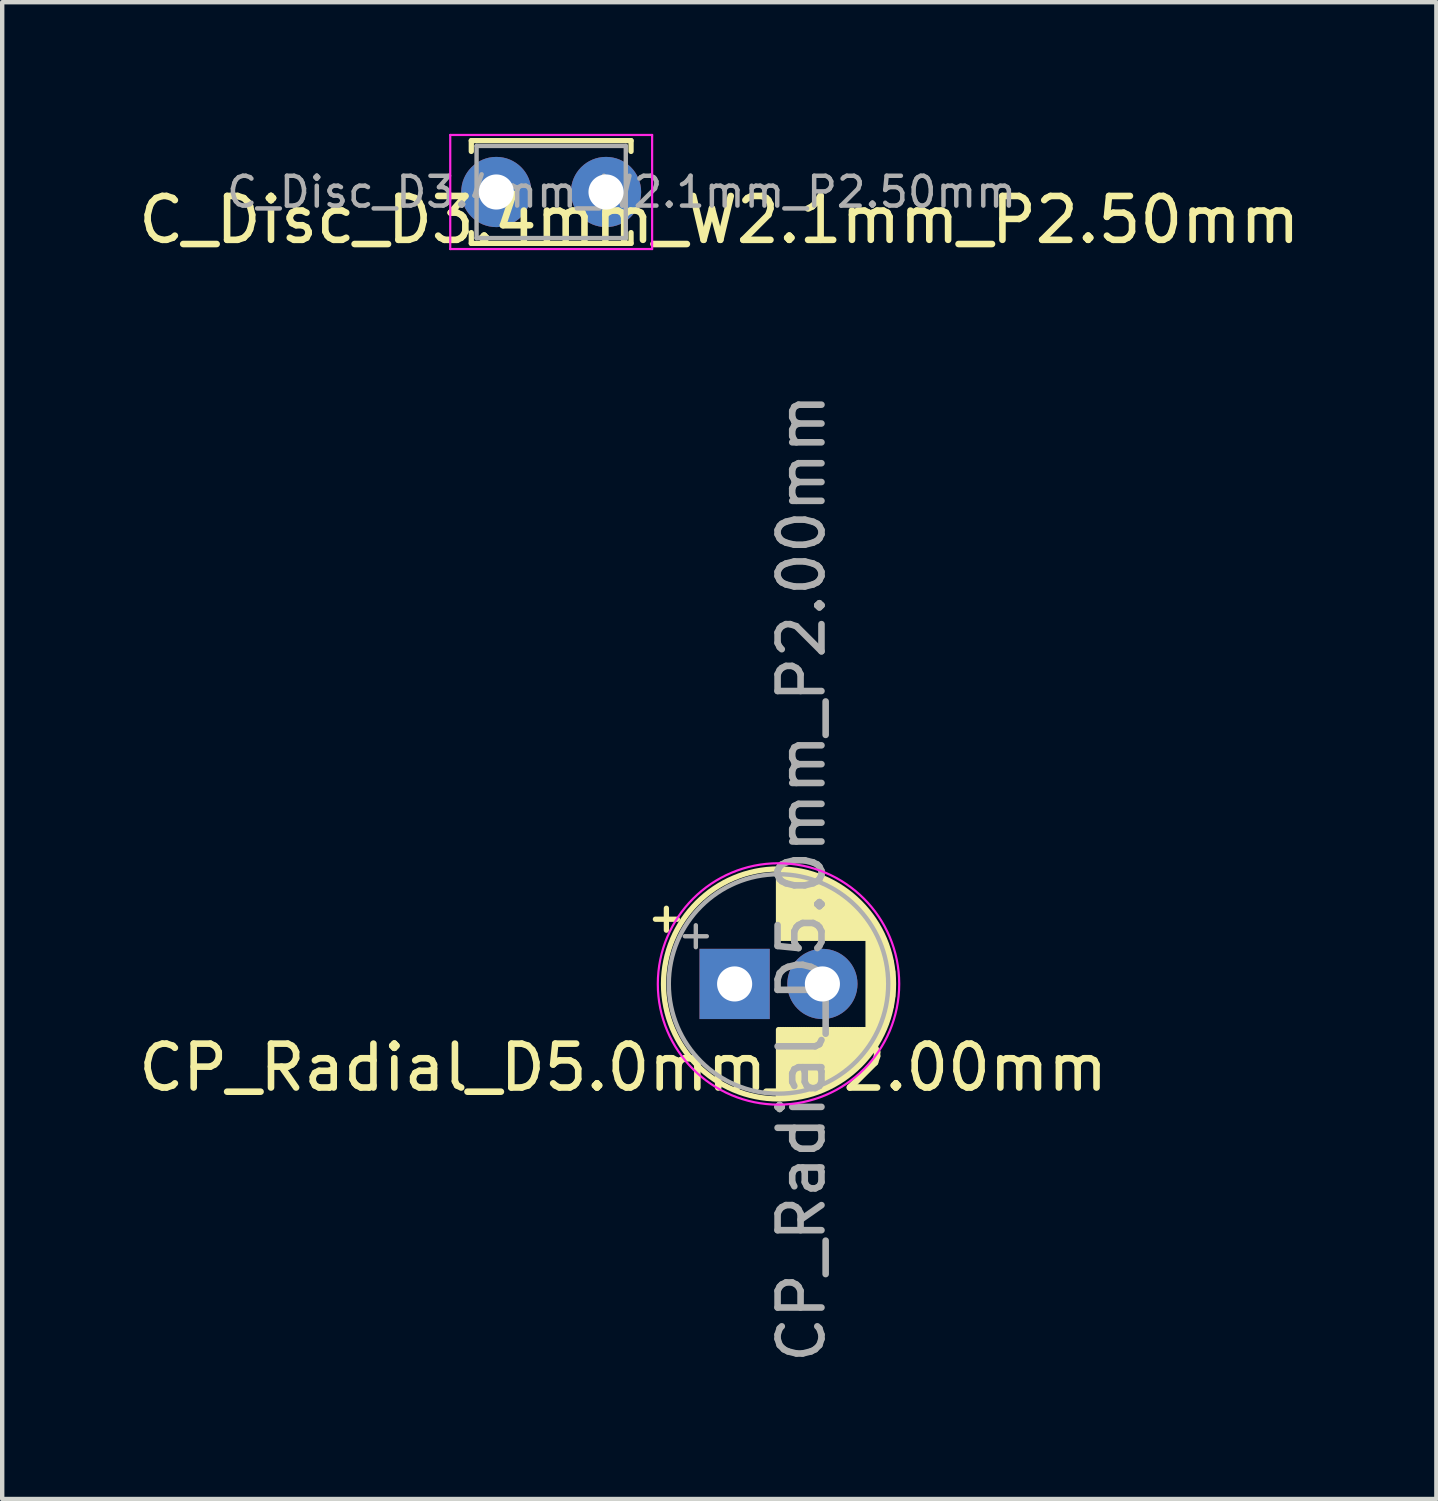
<source format=kicad_pcb>
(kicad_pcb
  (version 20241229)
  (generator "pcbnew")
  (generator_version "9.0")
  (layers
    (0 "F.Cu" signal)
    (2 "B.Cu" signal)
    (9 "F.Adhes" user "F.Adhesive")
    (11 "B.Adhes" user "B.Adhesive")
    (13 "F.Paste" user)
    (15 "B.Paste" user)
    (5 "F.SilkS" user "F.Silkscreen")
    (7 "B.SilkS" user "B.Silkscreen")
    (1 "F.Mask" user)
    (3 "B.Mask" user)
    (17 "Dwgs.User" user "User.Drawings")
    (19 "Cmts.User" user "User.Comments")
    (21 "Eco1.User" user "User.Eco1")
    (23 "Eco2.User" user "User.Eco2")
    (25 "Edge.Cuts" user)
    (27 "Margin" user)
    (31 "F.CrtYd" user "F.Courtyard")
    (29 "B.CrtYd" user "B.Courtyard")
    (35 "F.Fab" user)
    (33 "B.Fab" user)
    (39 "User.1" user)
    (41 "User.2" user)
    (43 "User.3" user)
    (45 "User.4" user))
  (footprint "C_Disc_D3.4mm_W2.1mm_P2.50mm"
    (layer "F.Cu")
    (at 8.259 1.325)
    (property "Reference" "C_Disc_D3.4mm_W2.1mm_P2.50mm" (at 5.08 0.635 180) (layer "F.SilkS") (effects (font (size 1 1) (thickness 0.15))))
    (attr through_hole)
    (fp_line (start -0.57 -1.17) (end -0.57 -0.925) (stroke (width 0.12) (type solid)) (layer "F.SilkS"))
    (fp_line (start -0.57 -1.17) (end 3.07 -1.17) (stroke (width 0.12) (type solid)) (layer "F.SilkS"))
    (fp_line (start -0.57 0.925) (end -0.57 1.17) (stroke (width 0.12) (type solid)) (layer "F.SilkS"))
    (fp_line (start -0.57 1.17) (end 3.07 1.17) (stroke (width 0.12) (type solid)) (layer "F.SilkS"))
    (fp_line (start 3.07 -1.17) (end 3.07 -0.925) (stroke (width 0.12) (type solid)) (layer "F.SilkS"))
    (fp_line (start 3.07 0.925) (end 3.07 1.17) (stroke (width 0.12) (type solid)) (layer "F.SilkS"))
    (fp_line (start -1.05 -1.3) (end -1.05 1.3) (stroke (width 0.05) (type solid)) (layer "F.CrtYd"))
    (fp_line (start -1.05 1.3) (end 3.55 1.3) (stroke (width 0.05) (type solid)) (layer "F.CrtYd"))
    (fp_line (start 3.55 -1.3) (end -1.05 -1.3) (stroke (width 0.05) (type solid)) (layer "F.CrtYd"))
    (fp_line (start 3.55 1.3) (end 3.55 -1.3) (stroke (width 0.05) (type solid)) (layer "F.CrtYd"))
    (fp_line (start -0.45 -1.05) (end -0.45 1.05) (stroke (width 0.1) (type solid)) (layer "F.Fab"))
    (fp_line (start -0.45 1.05) (end 2.95 1.05) (stroke (width 0.1) (type solid)) (layer "F.Fab"))
    (fp_line (start 2.95 -1.05) (end -0.45 -1.05) (stroke (width 0.1) (type solid)) (layer "F.Fab"))
    (fp_line (start 2.95 1.05) (end 2.95 -1.05) (stroke (width 0.1) (type solid)) (layer "F.Fab"))
    (fp_text user "${REFERENCE}" (at 2.855 0 180) (layer "F.Fab") (effects (font (size 0.68 0.68) (thickness 0.102))))
    (pad "1" thru_hole circle (at 0 0) (size 1.6 1.6) (drill 0.8) (layers "*.Cu" "*.Mask"))
    (pad "2" thru_hole circle (at 2.5 0) (size 1.6 1.6) (drill 0.8) (layers "*.Cu" "*.Mask")))
  (footprint "CP_Radial_D5.0mm_P2.00mm"
    (layer "F.Cu")
    (at 13.689 19.37)
    (property "Reference" "CP_Radial_D5.0mm_P2.00mm" (at -2.54 1.905 180) (layer "F.SilkS") (effects (font (size 1 1) (thickness 0.15))))
    (attr through_hole)
    (fp_line (start -1.805 -1.475) (end -1.305 -1.475) (stroke (width 0.12) (type solid)) (layer "F.SilkS"))
    (fp_line (start -1.555 -1.725) (end -1.555 -1.225) (stroke (width 0.12) (type solid)) (layer "F.SilkS"))
    (fp_line (start 1 -2.58) (end 1 -1.04) (stroke (width 0.12) (type solid)) (layer "F.SilkS"))
    (fp_line (start 1 1.04) (end 1 2.58) (stroke (width 0.12) (type solid)) (layer "F.SilkS"))
    (fp_line (start 1.04 -2.58) (end 1.04 -1.04) (stroke (width 0.12) (type solid)) (layer "F.SilkS"))
    (fp_line (start 1.04 1.04) (end 1.04 2.58) (stroke (width 0.12) (type solid)) (layer "F.SilkS"))
    (fp_line (start 1.08 -2.579) (end 1.08 -1.04) (stroke (width 0.12) (type solid)) (layer "F.SilkS"))
    (fp_line (start 1.08 1.04) (end 1.08 2.579) (stroke (width 0.12) (type solid)) (layer "F.SilkS"))
    (fp_line (start 1.12 -2.578) (end 1.12 -1.04) (stroke (width 0.12) (type solid)) (layer "F.SilkS"))
    (fp_line (start 1.12 1.04) (end 1.12 2.578) (stroke (width 0.12) (type solid)) (layer "F.SilkS"))
    (fp_line (start 1.16 -2.576) (end 1.16 -1.04) (stroke (width 0.12) (type solid)) (layer "F.SilkS"))
    (fp_line (start 1.16 1.04) (end 1.16 2.576) (stroke (width 0.12) (type solid)) (layer "F.SilkS"))
    (fp_line (start 1.2 -2.573) (end 1.2 -1.04) (stroke (width 0.12) (type solid)) (layer "F.SilkS"))
    (fp_line (start 1.2 1.04) (end 1.2 2.573) (stroke (width 0.12) (type solid)) (layer "F.SilkS"))
    (fp_line (start 1.24 -2.569) (end 1.24 -1.04) (stroke (width 0.12) (type solid)) (layer "F.SilkS"))
    (fp_line (start 1.24 1.04) (end 1.24 2.569) (stroke (width 0.12) (type solid)) (layer "F.SilkS"))
    (fp_line (start 1.28 -2.565) (end 1.28 -1.04) (stroke (width 0.12) (type solid)) (layer "F.SilkS"))
    (fp_line (start 1.28 1.04) (end 1.28 2.565) (stroke (width 0.12) (type solid)) (layer "F.SilkS"))
    (fp_line (start 1.32 -2.561) (end 1.32 -1.04) (stroke (width 0.12) (type solid)) (layer "F.SilkS"))
    (fp_line (start 1.32 1.04) (end 1.32 2.561) (stroke (width 0.12) (type solid)) (layer "F.SilkS"))
    (fp_line (start 1.36 -2.556) (end 1.36 -1.04) (stroke (width 0.12) (type solid)) (layer "F.SilkS"))
    (fp_line (start 1.36 1.04) (end 1.36 2.556) (stroke (width 0.12) (type solid)) (layer "F.SilkS"))
    (fp_line (start 1.4 -2.55) (end 1.4 -1.04) (stroke (width 0.12) (type solid)) (layer "F.SilkS"))
    (fp_line (start 1.4 1.04) (end 1.4 2.55) (stroke (width 0.12) (type solid)) (layer "F.SilkS"))
    (fp_line (start 1.44 -2.543) (end 1.44 -1.04) (stroke (width 0.12) (type solid)) (layer "F.SilkS"))
    (fp_line (start 1.44 1.04) (end 1.44 2.543) (stroke (width 0.12) (type solid)) (layer "F.SilkS"))
    (fp_line (start 1.48 -2.536) (end 1.48 -1.04) (stroke (width 0.12) (type solid)) (layer "F.SilkS"))
    (fp_line (start 1.48 1.04) (end 1.48 2.536) (stroke (width 0.12) (type solid)) (layer "F.SilkS"))
    (fp_line (start 1.52 -2.528) (end 1.52 -1.04) (stroke (width 0.12) (type solid)) (layer "F.SilkS"))
    (fp_line (start 1.52 1.04) (end 1.52 2.528) (stroke (width 0.12) (type solid)) (layer "F.SilkS"))
    (fp_line (start 1.56 -2.52) (end 1.56 -1.04) (stroke (width 0.12) (type solid)) (layer "F.SilkS"))
    (fp_line (start 1.56 1.04) (end 1.56 2.52) (stroke (width 0.12) (type solid)) (layer "F.SilkS"))
    (fp_line (start 1.6 -2.511) (end 1.6 -1.04) (stroke (width 0.12) (type solid)) (layer "F.SilkS"))
    (fp_line (start 1.6 1.04) (end 1.6 2.511) (stroke (width 0.12) (type solid)) (layer "F.SilkS"))
    (fp_line (start 1.64 -2.501) (end 1.64 -1.04) (stroke (width 0.12) (type solid)) (layer "F.SilkS"))
    (fp_line (start 1.64 1.04) (end 1.64 2.501) (stroke (width 0.12) (type solid)) (layer "F.SilkS"))
    (fp_line (start 1.68 -2.491) (end 1.68 -1.04) (stroke (width 0.12) (type solid)) (layer "F.SilkS"))
    (fp_line (start 1.68 1.04) (end 1.68 2.491) (stroke (width 0.12) (type solid)) (layer "F.SilkS"))
    (fp_line (start 1.721 -2.48) (end 1.721 -1.04) (stroke (width 0.12) (type solid)) (layer "F.SilkS"))
    (fp_line (start 1.721 1.04) (end 1.721 2.48) (stroke (width 0.12) (type solid)) (layer "F.SilkS"))
    (fp_line (start 1.761 -2.468) (end 1.761 -1.04) (stroke (width 0.12) (type solid)) (layer "F.SilkS"))
    (fp_line (start 1.761 1.04) (end 1.761 2.468) (stroke (width 0.12) (type solid)) (layer "F.SilkS"))
    (fp_line (start 1.801 -2.455) (end 1.801 -1.04) (stroke (width 0.12) (type solid)) (layer "F.SilkS"))
    (fp_line (start 1.801 1.04) (end 1.801 2.455) (stroke (width 0.12) (type solid)) (layer "F.SilkS"))
    (fp_line (start 1.841 -2.442) (end 1.841 -1.04) (stroke (width 0.12) (type solid)) (layer "F.SilkS"))
    (fp_line (start 1.841 1.04) (end 1.841 2.442) (stroke (width 0.12) (type solid)) (layer "F.SilkS"))
    (fp_line (start 1.881 -2.428) (end 1.881 -1.04) (stroke (width 0.12) (type solid)) (layer "F.SilkS"))
    (fp_line (start 1.881 1.04) (end 1.881 2.428) (stroke (width 0.12) (type solid)) (layer "F.SilkS"))
    (fp_line (start 1.921 -2.414) (end 1.921 -1.04) (stroke (width 0.12) (type solid)) (layer "F.SilkS"))
    (fp_line (start 1.921 1.04) (end 1.921 2.414) (stroke (width 0.12) (type solid)) (layer "F.SilkS"))
    (fp_line (start 1.961 -2.398) (end 1.961 -1.04) (stroke (width 0.12) (type solid)) (layer "F.SilkS"))
    (fp_line (start 1.961 1.04) (end 1.961 2.398) (stroke (width 0.12) (type solid)) (layer "F.SilkS"))
    (fp_line (start 2.001 -2.382) (end 2.001 -1.04) (stroke (width 0.12) (type solid)) (layer "F.SilkS"))
    (fp_line (start 2.001 1.04) (end 2.001 2.382) (stroke (width 0.12) (type solid)) (layer "F.SilkS"))
    (fp_line (start 2.041 -2.365) (end 2.041 -1.04) (stroke (width 0.12) (type solid)) (layer "F.SilkS"))
    (fp_line (start 2.041 1.04) (end 2.041 2.365) (stroke (width 0.12) (type solid)) (layer "F.SilkS"))
    (fp_line (start 2.081 -2.348) (end 2.081 -1.04) (stroke (width 0.12) (type solid)) (layer "F.SilkS"))
    (fp_line (start 2.081 1.04) (end 2.081 2.348) (stroke (width 0.12) (type solid)) (layer "F.SilkS"))
    (fp_line (start 2.121 -2.329) (end 2.121 -1.04) (stroke (width 0.12) (type solid)) (layer "F.SilkS"))
    (fp_line (start 2.121 1.04) (end 2.121 2.329) (stroke (width 0.12) (type solid)) (layer "F.SilkS"))
    (fp_line (start 2.161 -2.31) (end 2.161 -1.04) (stroke (width 0.12) (type solid)) (layer "F.SilkS"))
    (fp_line (start 2.161 1.04) (end 2.161 2.31) (stroke (width 0.12) (type solid)) (layer "F.SilkS"))
    (fp_line (start 2.201 -2.29) (end 2.201 -1.04) (stroke (width 0.12) (type solid)) (layer "F.SilkS"))
    (fp_line (start 2.201 1.04) (end 2.201 2.29) (stroke (width 0.12) (type solid)) (layer "F.SilkS"))
    (fp_line (start 2.241 -2.268) (end 2.241 -1.04) (stroke (width 0.12) (type solid)) (layer "F.SilkS"))
    (fp_line (start 2.241 1.04) (end 2.241 2.268) (stroke (width 0.12) (type solid)) (layer "F.SilkS"))
    (fp_line (start 2.281 -2.247) (end 2.281 -1.04) (stroke (width 0.12) (type solid)) (layer "F.SilkS"))
    (fp_line (start 2.281 1.04) (end 2.281 2.247) (stroke (width 0.12) (type solid)) (layer "F.SilkS"))
    (fp_line (start 2.321 -2.224) (end 2.321 -1.04) (stroke (width 0.12) (type solid)) (layer "F.SilkS"))
    (fp_line (start 2.321 1.04) (end 2.321 2.224) (stroke (width 0.12) (type solid)) (layer "F.SilkS"))
    (fp_line (start 2.361 -2.2) (end 2.361 -1.04) (stroke (width 0.12) (type solid)) (layer "F.SilkS"))
    (fp_line (start 2.361 1.04) (end 2.361 2.2) (stroke (width 0.12) (type solid)) (layer "F.SilkS"))
    (fp_line (start 2.401 -2.175) (end 2.401 -1.04) (stroke (width 0.12) (type solid)) (layer "F.SilkS"))
    (fp_line (start 2.401 1.04) (end 2.401 2.175) (stroke (width 0.12) (type solid)) (layer "F.SilkS"))
    (fp_line (start 2.441 -2.149) (end 2.441 -1.04) (stroke (width 0.12) (type solid)) (layer "F.SilkS"))
    (fp_line (start 2.441 1.04) (end 2.441 2.149) (stroke (width 0.12) (type solid)) (layer "F.SilkS"))
    (fp_line (start 2.481 -2.122) (end 2.481 -1.04) (stroke (width 0.12) (type solid)) (layer "F.SilkS"))
    (fp_line (start 2.481 1.04) (end 2.481 2.122) (stroke (width 0.12) (type solid)) (layer "F.SilkS"))
    (fp_line (start 2.521 -2.095) (end 2.521 -1.04) (stroke (width 0.12) (type solid)) (layer "F.SilkS"))
    (fp_line (start 2.521 1.04) (end 2.521 2.095) (stroke (width 0.12) (type solid)) (layer "F.SilkS"))
    (fp_line (start 2.561 -2.065) (end 2.561 -1.04) (stroke (width 0.12) (type solid)) (layer "F.SilkS"))
    (fp_line (start 2.561 1.04) (end 2.561 2.065) (stroke (width 0.12) (type solid)) (layer "F.SilkS"))
    (fp_line (start 2.601 -2.035) (end 2.601 -1.04) (stroke (width 0.12) (type solid)) (layer "F.SilkS"))
    (fp_line (start 2.601 1.04) (end 2.601 2.035) (stroke (width 0.12) (type solid)) (layer "F.SilkS"))
    (fp_line (start 2.641 -2.004) (end 2.641 -1.04) (stroke (width 0.12) (type solid)) (layer "F.SilkS"))
    (fp_line (start 2.641 1.04) (end 2.641 2.004) (stroke (width 0.12) (type solid)) (layer "F.SilkS"))
    (fp_line (start 2.681 -1.971) (end 2.681 -1.04) (stroke (width 0.12) (type solid)) (layer "F.SilkS"))
    (fp_line (start 2.681 1.04) (end 2.681 1.971) (stroke (width 0.12) (type solid)) (layer "F.SilkS"))
    (fp_line (start 2.721 -1.937) (end 2.721 -1.04) (stroke (width 0.12) (type solid)) (layer "F.SilkS"))
    (fp_line (start 2.721 1.04) (end 2.721 1.937) (stroke (width 0.12) (type solid)) (layer "F.SilkS"))
    (fp_line (start 2.761 -1.901) (end 2.761 -1.04) (stroke (width 0.12) (type solid)) (layer "F.SilkS"))
    (fp_line (start 2.761 1.04) (end 2.761 1.901) (stroke (width 0.12) (type solid)) (layer "F.SilkS"))
    (fp_line (start 2.801 -1.864) (end 2.801 -1.04) (stroke (width 0.12) (type solid)) (layer "F.SilkS"))
    (fp_line (start 2.801 1.04) (end 2.801 1.864) (stroke (width 0.12) (type solid)) (layer "F.SilkS"))
    (fp_line (start 2.841 -1.826) (end 2.841 -1.04) (stroke (width 0.12) (type solid)) (layer "F.SilkS"))
    (fp_line (start 2.841 1.04) (end 2.841 1.826) (stroke (width 0.12) (type solid)) (layer "F.SilkS"))
    (fp_line (start 2.881 -1.785) (end 2.881 -1.04) (stroke (width 0.12) (type solid)) (layer "F.SilkS"))
    (fp_line (start 2.881 1.04) (end 2.881 1.785) (stroke (width 0.12) (type solid)) (layer "F.SilkS"))
    (fp_line (start 2.921 -1.743) (end 2.921 -1.04) (stroke (width 0.12) (type solid)) (layer "F.SilkS"))
    (fp_line (start 2.921 1.04) (end 2.921 1.743) (stroke (width 0.12) (type solid)) (layer "F.SilkS"))
    (fp_line (start 2.961 -1.699) (end 2.961 -1.04) (stroke (width 0.12) (type solid)) (layer "F.SilkS"))
    (fp_line (start 2.961 1.04) (end 2.961 1.699) (stroke (width 0.12) (type solid)) (layer "F.SilkS"))
    (fp_line (start 3.001 -1.653) (end 3.001 -1.04) (stroke (width 0.12) (type solid)) (layer "F.SilkS"))
    (fp_line (start 3.001 1.04) (end 3.001 1.653) (stroke (width 0.12) (type solid)) (layer "F.SilkS"))
    (fp_line (start 3.041 -1.605) (end 3.041 1.605) (stroke (width 0.12) (type solid)) (layer "F.SilkS"))
    (fp_line (start 3.081 -1.554) (end 3.081 1.554) (stroke (width 0.12) (type solid)) (layer "F.SilkS"))
    (fp_line (start 3.121 -1.5) (end 3.121 1.5) (stroke (width 0.12) (type solid)) (layer "F.SilkS"))
    (fp_line (start 3.161 -1.443) (end 3.161 1.443) (stroke (width 0.12) (type solid)) (layer "F.SilkS"))
    (fp_line (start 3.201 -1.383) (end 3.201 1.383) (stroke (width 0.12) (type solid)) (layer "F.SilkS"))
    (fp_line (start 3.241 -1.319) (end 3.241 1.319) (stroke (width 0.12) (type solid)) (layer "F.SilkS"))
    (fp_line (start 3.281 -1.251) (end 3.281 1.251) (stroke (width 0.12) (type solid)) (layer "F.SilkS"))
    (fp_line (start 3.321 -1.178) (end 3.321 1.178) (stroke (width 0.12) (type solid)) (layer "F.SilkS"))
    (fp_line (start 3.361 -1.098) (end 3.361 1.098) (stroke (width 0.12) (type solid)) (layer "F.SilkS"))
    (fp_line (start 3.401 -1.011) (end 3.401 1.011) (stroke (width 0.12) (type solid)) (layer "F.SilkS"))
    (fp_line (start 3.441 -0.915) (end 3.441 0.915) (stroke (width 0.12) (type solid)) (layer "F.SilkS"))
    (fp_line (start 3.481 -0.805) (end 3.481 0.805) (stroke (width 0.12) (type solid)) (layer "F.SilkS"))
    (fp_line (start 3.521 -0.677) (end 3.521 0.677) (stroke (width 0.12) (type solid)) (layer "F.SilkS"))
    (fp_line (start 3.561 -0.518) (end 3.561 0.518) (stroke (width 0.12) (type solid)) (layer "F.SilkS"))
    (fp_line (start 3.601 -0.284) (end 3.601 0.284) (stroke (width 0.12) (type solid)) (layer "F.SilkS"))
    (fp_circle (center 1 0) (end 3.62 0) (stroke (width 0.12) (type solid)) (fill no) (layer "F.SilkS"))
    (fp_circle (center 1 0) (end 3.75 0) (stroke (width 0.05) (type solid)) (fill no) (layer "F.CrtYd"))
    (fp_line (start -1.134 -1.087) (end -0.634 -1.087) (stroke (width 0.1) (type solid)) (layer "F.Fab"))
    (fp_line (start -0.884 -1.337) (end -0.884 -0.838) (stroke (width 0.1) (type solid)) (layer "F.Fab"))
    (fp_circle (center 1 0) (end 3.5 0) (stroke (width 0.1) (type solid)) (fill no) (layer "F.Fab"))
    (fp_text user "${REFERENCE}" (at 1.524 -2.413 270) (layer "F.Fab") (effects (font (size 1 1) (thickness 0.15))))
    (pad "1" thru_hole rect (at 0 0) (size 1.6 1.6) (drill 0.8) (layers "*.Cu" "*.Mask"))
    (pad "2" thru_hole circle (at 2 0) (size 1.6 1.6) (drill 0.8) (layers "*.Cu" "*.Mask")))
  (gr_rect
    (start -3 -3)
    (end 29.679 31.106)
    (stroke (width 0.1) (type default))
    (fill no)
    (layer "Edge.Cuts")))
</source>
